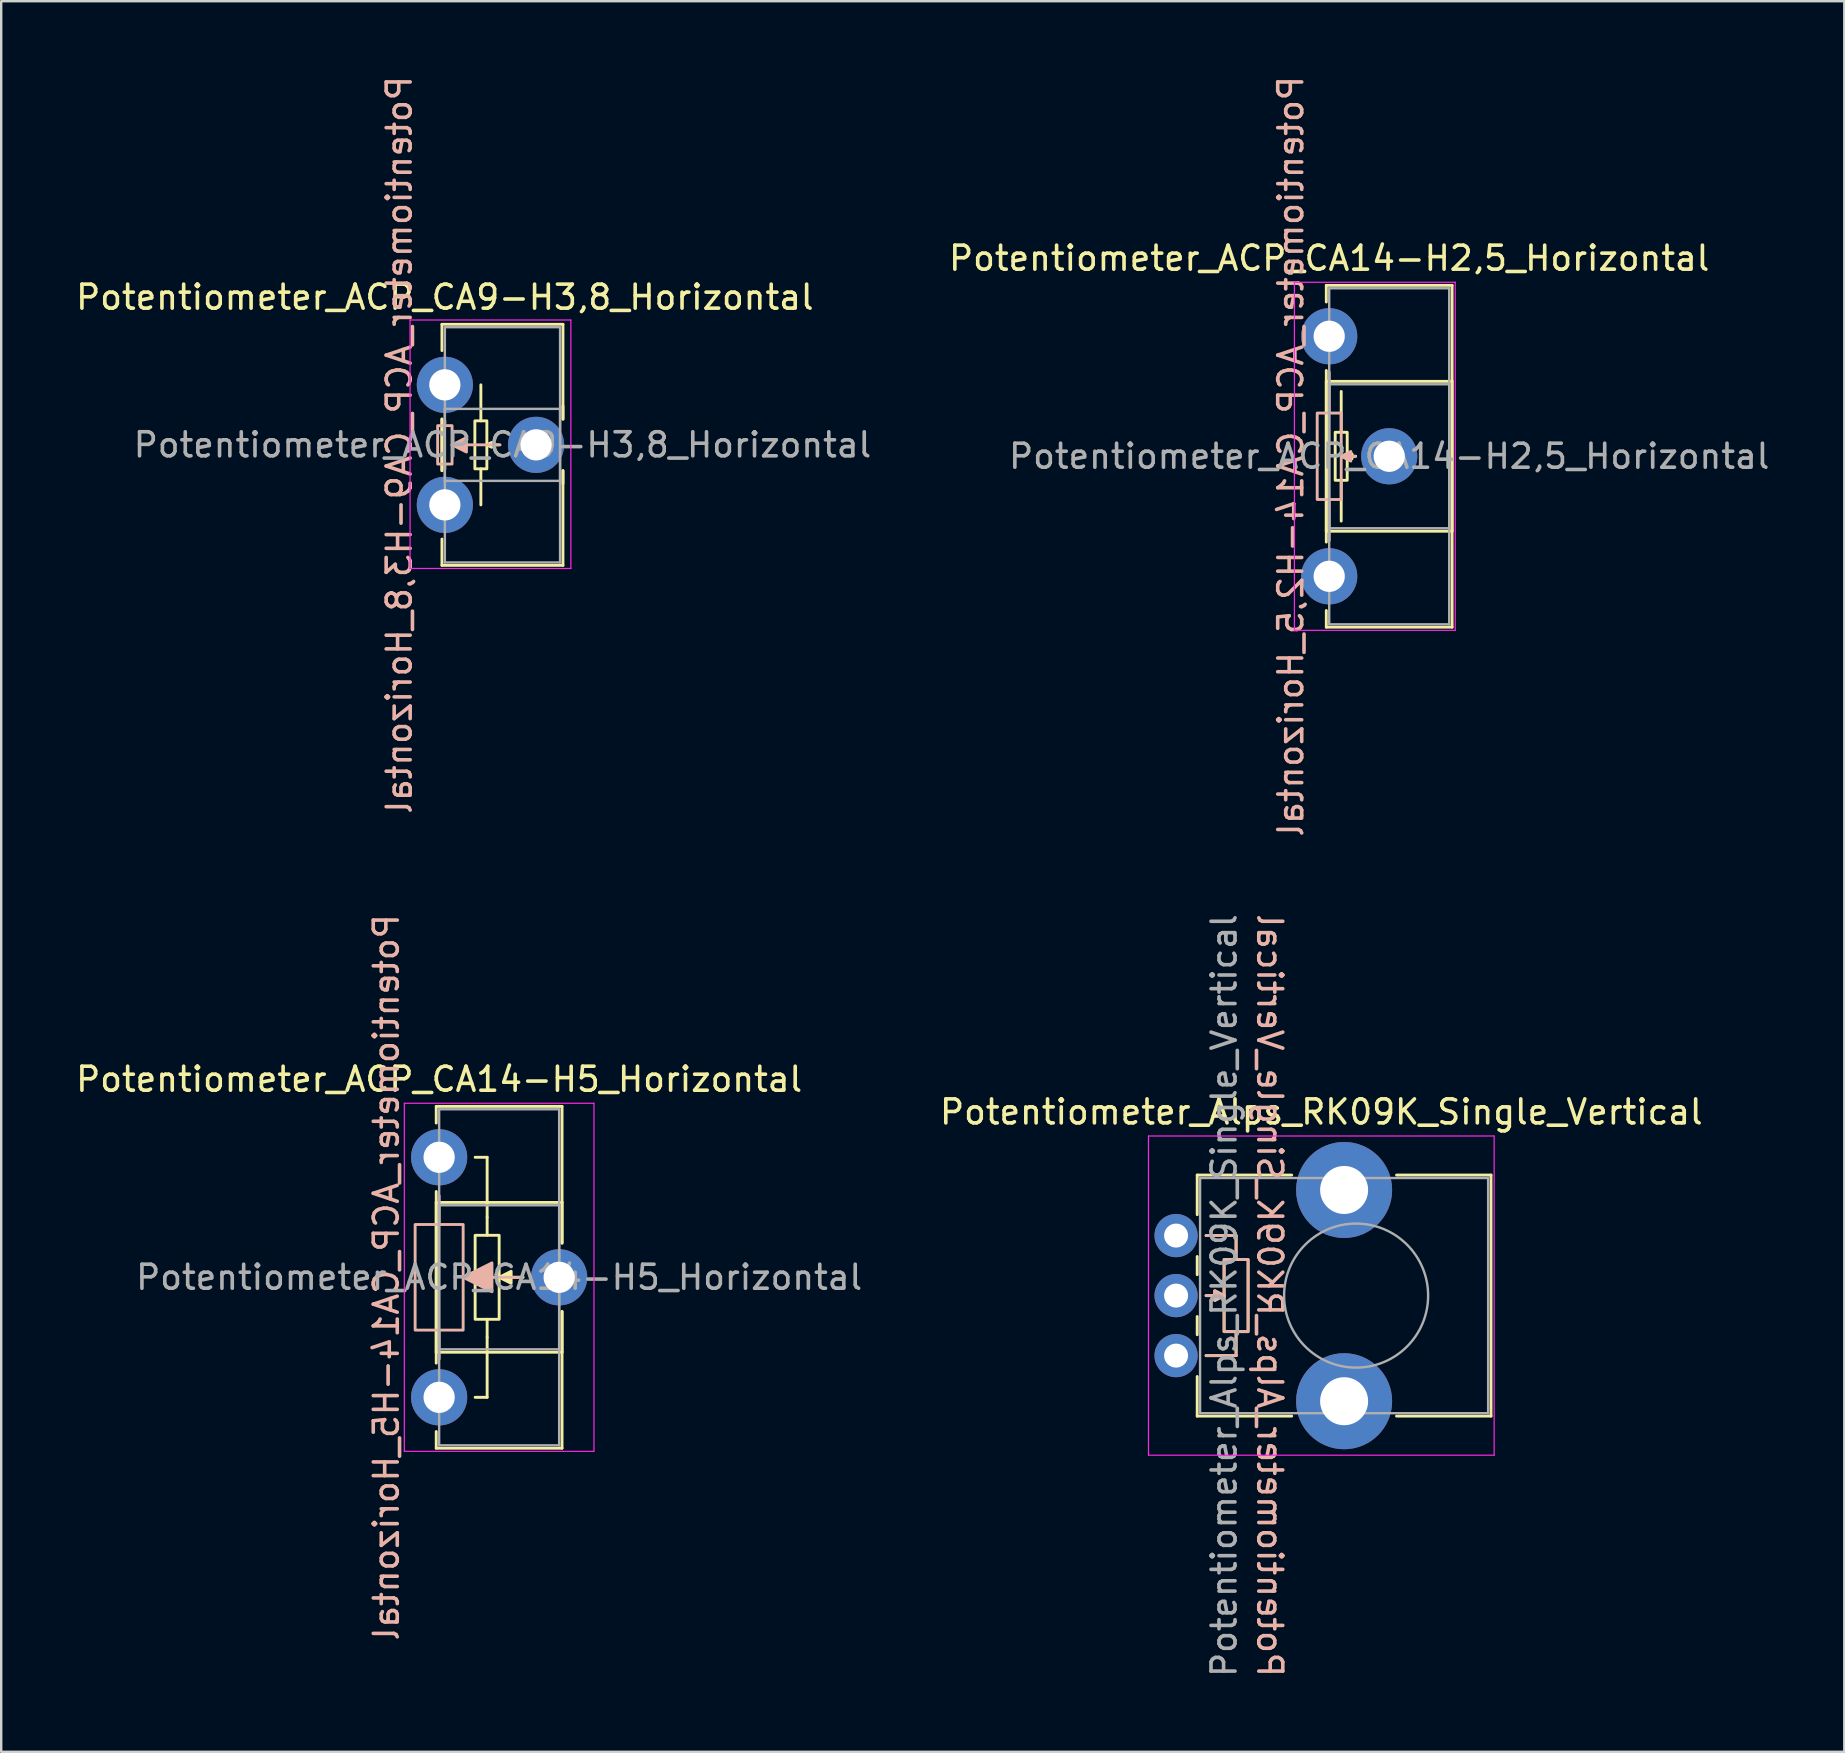
<source format=kicad_pcb>
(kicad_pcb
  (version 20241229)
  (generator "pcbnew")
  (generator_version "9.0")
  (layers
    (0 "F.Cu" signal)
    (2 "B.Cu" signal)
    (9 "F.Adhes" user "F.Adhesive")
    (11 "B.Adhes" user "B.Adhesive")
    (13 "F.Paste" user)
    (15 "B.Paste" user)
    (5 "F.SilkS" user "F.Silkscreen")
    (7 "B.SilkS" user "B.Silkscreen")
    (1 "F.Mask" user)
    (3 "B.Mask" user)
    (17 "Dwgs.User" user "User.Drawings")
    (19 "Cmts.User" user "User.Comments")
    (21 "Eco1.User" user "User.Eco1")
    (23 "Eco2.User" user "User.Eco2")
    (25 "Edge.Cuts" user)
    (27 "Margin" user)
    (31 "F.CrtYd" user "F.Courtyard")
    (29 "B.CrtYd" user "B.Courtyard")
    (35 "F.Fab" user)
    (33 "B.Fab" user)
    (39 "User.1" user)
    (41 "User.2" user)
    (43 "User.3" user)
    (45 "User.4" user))
  (footprint "Potentiometer_ACP_CA9-H3,8_Horizontal"
    (layer "F.Cu")
    (at 15.482 12.982)
    (property "Reference" "Potentiometer_ACP_CA9-H3,8_Horizontal" (at 0 -3.65 0) (layer "F.SilkS") (effects (font (size 1 1) (thickness 0.15))))
    (attr through_hole)
    (fp_line (start -0.121 -2.521) (end -0.121 -1.426) (stroke (width 0.12) (type solid)) (layer "F.SilkS"))
    (fp_line (start -0.121 -2.521) (end 4.92 -2.521) (stroke (width 0.12) (type solid)) (layer "F.SilkS"))
    (fp_line (start -0.121 1.426) (end -0.121 3.575) (stroke (width 0.12) (type solid)) (layer "F.SilkS"))
    (fp_line (start -0.121 1.426) (end -0.121 3.575) (stroke (width 0.12) (type solid)) (layer "F.SilkS"))
    (fp_line (start -0.121 6.425) (end -0.121 7.52) (stroke (width 0.12) (type solid)) (layer "F.SilkS"))
    (fp_line (start -0.121 7.52) (end 4.92 7.52) (stroke (width 0.12) (type solid)) (layer "F.SilkS"))
    (fp_line (start 1.5 1) (end 1.5 0) (stroke (width 0.12) (type solid)) (layer "F.SilkS"))
    (fp_line (start 1.5 1.5) (end 1.5 1) (stroke (width 0.12) (type solid)) (layer "F.SilkS"))
    (fp_line (start 1.5 3.5) (end 1.5 4) (stroke (width 0.12) (type solid)) (layer "F.SilkS"))
    (fp_line (start 1.5 4) (end 1.5 5) (stroke (width 0.12) (type solid)) (layer "F.SilkS"))
    (fp_line (start 2.25 2.5) (end 1.75 2.5) (stroke (width 0.12) (type solid)) (layer "F.SilkS"))
    (fp_line (start 4.92 -2.521) (end 4.92 1.428) (stroke (width 0.12) (type solid)) (layer "F.SilkS"))
    (fp_line (start 4.92 0.88) (end 4.92 1.428) (stroke (width 0.12) (type solid)) (layer "F.SilkS"))
    (fp_line (start 4.92 3.573) (end 4.92 4.12) (stroke (width 0.12) (type solid)) (layer "F.SilkS"))
    (fp_line (start 4.92 3.573) (end 4.92 7.52) (stroke (width 0.12) (type solid)) (layer "F.SilkS"))
    (fp_rect (start 1.25 1.5) (end 1.75 3.5) (stroke (width 0.12) (type solid)) (fill no) (layer "F.SilkS"))
    (fp_poly (pts (xy 1.95 2.6) (xy 1.75 2.5) (xy 1.95 2.4)) (stroke (width 0.12) (type solid)) (fill yes) (layer "F.SilkS"))
    (fp_line (start 0 1.7) (end 0 1.5) (stroke (width 0.12) (type solid)) (layer "B.SilkS"))
    (fp_line (start 0 3.3) (end 0 3.5) (stroke (width 0.12) (type solid)) (layer "B.SilkS"))
    (fp_line (start 2.3 2.5) (end 0.3 2.5) (stroke (width 0.12) (type solid)) (layer "B.SilkS"))
    (fp_rect (start -0.3 1.7) (end 0.3 3.3) (stroke (width 0.12) (type solid)) (fill no) (layer "B.SilkS"))
    (fp_poly (pts (xy 0.9 2.8) (xy 0.3 2.5) (xy 0.9 2.2)) (stroke (width 0.12) (type solid)) (fill yes) (layer "B.SilkS"))
    (fp_line (start -1.45 -2.7) (end -1.45 7.65) (stroke (width 0.05) (type solid)) (layer "F.CrtYd"))
    (fp_line (start -1.45 7.65) (end 5.25 7.65) (stroke (width 0.05) (type solid)) (layer "F.CrtYd"))
    (fp_line (start 5.25 -2.7) (end -1.45 -2.7) (stroke (width 0.05) (type solid)) (layer "F.CrtYd"))
    (fp_line (start 5.25 7.65) (end 5.25 -2.7) (stroke (width 0.05) (type solid)) (layer "F.CrtYd"))
    (fp_line (start 0 -2.4) (end 4.8 -2.4) (stroke (width 0.1) (type solid)) (layer "F.Fab"))
    (fp_line (start 0 1) (end 0 4) (stroke (width 0.1) (type solid)) (layer "F.Fab"))
    (fp_line (start 0 4) (end 4.8 4) (stroke (width 0.1) (type solid)) (layer "F.Fab"))
    (fp_line (start 0 7.4) (end 0 -2.4) (stroke (width 0.1) (type solid)) (layer "F.Fab"))
    (fp_line (start 4.8 -2.4) (end 4.8 7.4) (stroke (width 0.1) (type solid)) (layer "F.Fab"))
    (fp_line (start 4.8 1) (end 0 1) (stroke (width 0.1) (type solid)) (layer "F.Fab"))
    (fp_line (start 4.8 4) (end 4.8 1) (stroke (width 0.1) (type solid)) (layer "F.Fab"))
    (fp_line (start 4.8 7.4) (end 0 7.4) (stroke (width 0.1) (type solid)) (layer "F.Fab"))
    (fp_text user "${REFERENCE}" (at -1.9 2.5 90) (unlocked yes) (layer "B.SilkS") (effects (font (size 1 1) (thickness 0.15)) (justify mirror)))
    (fp_text user "${REFERENCE}" (at 2.4 2.5 0) (layer "F.Fab") (effects (font (size 1 1) (thickness 0.15))))
    (pad "1" thru_hole circle (at 0 0) (size 2.34 2.34) (drill 1.3) (layers "*.Cu" "*.Mask"))
    (pad "2" thru_hole circle (at 3.8 2.5) (size 2.34 2.34) (drill 1.3) (layers "*.Cu" "*.Mask"))
    (pad "3" thru_hole circle (at 0 5) (size 2.34 2.34) (drill 1.3) (layers "*.Cu" "*.Mask")))
  (footprint "Potentiometer_ACP_CA14-H5_Horizontal"
    (layer "F.Cu")
    (at 15.244 45.161)
    (property "Reference" "Potentiometer_ACP_CA14-H5_Horizontal" (at 0 -3.25 0) (layer "F.SilkS") (effects (font (size 1 1) (thickness 0.15))))
    (attr through_hole)
    (fp_line (start -0.121 -2.12) (end -0.121 -1.426) (stroke (width 0.12) (type solid)) (layer "F.SilkS"))
    (fp_line (start -0.121 -2.12) (end 5.12 -2.12) (stroke (width 0.12) (type solid)) (layer "F.SilkS"))
    (fp_line (start -0.121 1.426) (end -0.121 8.575) (stroke (width 0.12) (type solid)) (layer "F.SilkS"))
    (fp_line (start -0.121 1.88) (end -0.121 8.121) (stroke (width 0.12) (type solid)) (layer "F.SilkS"))
    (fp_line (start -0.121 1.88) (end 5.12 1.88) (stroke (width 0.12) (type solid)) (layer "F.SilkS"))
    (fp_line (start -0.121 8.121) (end 5.12 8.121) (stroke (width 0.12) (type solid)) (layer "F.SilkS"))
    (fp_line (start -0.121 11.425) (end -0.121 12.12) (stroke (width 0.12) (type solid)) (layer "F.SilkS"))
    (fp_line (start -0.121 12.12) (end 5.12 12.12) (stroke (width 0.12) (type solid)) (layer "F.SilkS"))
    (fp_line (start 2 0) (end 1.5 0) (stroke (width 0.12) (type solid)) (layer "F.SilkS"))
    (fp_line (start 2 2.5) (end 2 0) (stroke (width 0.12) (type solid)) (layer "F.SilkS"))
    (fp_line (start 2 3.25) (end 2 2.5) (stroke (width 0.12) (type solid)) (layer "F.SilkS"))
    (fp_line (start 2 6.75) (end 2 7.5) (stroke (width 0.12) (type solid)) (layer "F.SilkS"))
    (fp_line (start 2 7.5) (end 2 10) (stroke (width 0.12) (type solid)) (layer "F.SilkS"))
    (fp_line (start 2 10) (end 1.5 10) (stroke (width 0.12) (type solid)) (layer "F.SilkS"))
    (fp_line (start 3.5 5) (end 2.5 5) (stroke (width 0.12) (type solid)) (layer "F.SilkS"))
    (fp_line (start 5.12 -2.12) (end 5.12 3.575) (stroke (width 0.12) (type solid)) (layer "F.SilkS"))
    (fp_line (start 5.12 1.88) (end 5.12 3.575) (stroke (width 0.12) (type solid)) (layer "F.SilkS"))
    (fp_line (start 5.12 6.425) (end 5.12 8.121) (stroke (width 0.12) (type solid)) (layer "F.SilkS"))
    (fp_line (start 5.12 6.425) (end 5.12 12.12) (stroke (width 0.12) (type solid)) (layer "F.SilkS"))
    (fp_rect (start 1.5 3.25) (end 2.5 6.75) (stroke (width 0.12) (type solid)) (fill no) (layer "F.SilkS"))
    (fp_poly (pts (xy 3 5.25) (xy 2.5 5) (xy 3 4.75)) (stroke (width 0.12) (type solid)) (fill yes) (layer "F.SilkS"))
    (fp_line (start 0 2.8) (end 0 1.6) (stroke (width 0.12) (type solid)) (layer "B.SilkS"))
    (fp_line (start 0 7.2) (end 0 8.4) (stroke (width 0.12) (type solid)) (layer "B.SilkS"))
    (fp_line (start 3.4 5) (end 1 5) (stroke (width 0.12) (type solid)) (layer "B.SilkS"))
    (fp_rect (start -1 2.8) (end 1 7.2) (stroke (width 0.12) (type solid)) (fill no) (layer "B.SilkS"))
    (fp_poly (pts (xy 2.2 5.6) (xy 1 5) (xy 2.2 4.4)) (stroke (width 0.12) (type solid)) (fill yes) (layer "B.SilkS"))
    (fp_line (start -1.45 -2.25) (end -1.45 12.25) (stroke (width 0.05) (type solid)) (layer "F.CrtYd"))
    (fp_line (start -1.45 12.25) (end 6.45 12.25) (stroke (width 0.05) (type solid)) (layer "F.CrtYd"))
    (fp_line (start 6.45 -2.25) (end -1.45 -2.25) (stroke (width 0.05) (type solid)) (layer "F.CrtYd"))
    (fp_line (start 6.45 12.25) (end 6.45 -2.25) (stroke (width 0.05) (type solid)) (layer "F.CrtYd"))
    (fp_line (start 0 -2) (end 5 -2) (stroke (width 0.1) (type solid)) (layer "F.Fab"))
    (fp_line (start 0 2) (end 0 8) (stroke (width 0.1) (type solid)) (layer "F.Fab"))
    (fp_line (start 0 8) (end 5 8) (stroke (width 0.1) (type solid)) (layer "F.Fab"))
    (fp_line (start 0 12) (end 0 -2) (stroke (width 0.1) (type solid)) (layer "F.Fab"))
    (fp_line (start 5 -2) (end 5 12) (stroke (width 0.1) (type solid)) (layer "F.Fab"))
    (fp_line (start 5 2) (end 0 2) (stroke (width 0.1) (type solid)) (layer "F.Fab"))
    (fp_line (start 5 8) (end 5 2) (stroke (width 0.1) (type solid)) (layer "F.Fab"))
    (fp_line (start 5 12) (end 0 12) (stroke (width 0.1) (type solid)) (layer "F.Fab"))
    (fp_text user "${REFERENCE}" (at -2.2 5 90) (unlocked yes) (layer "B.SilkS") (effects (font (size 1 1) (thickness 0.15)) (justify mirror)))
    (fp_text user "${REFERENCE}" (at 2.5 5 0) (layer "F.Fab") (effects (font (size 1 1) (thickness 0.15))))
    (pad "1" thru_hole circle (at 0 0) (size 2.34 2.34) (drill 1.3) (layers "*.Cu" "*.Mask"))
    (pad "2" thru_hole circle (at 5 5) (size 2.34 2.34) (drill 1.3) (layers "*.Cu" "*.Mask"))
    (pad "3" thru_hole circle (at 0 10) (size 2.34 2.34) (drill 1.3) (layers "*.Cu" "*.Mask")))
  (footprint "Potentiometer_Alps_RK09K_Single_Vertical"
    (layer "F.Cu")
    (at 45.944 53.423)
    (property "Reference" "Potentiometer_Alps_RK09K_Single_Vertical" (at 6.05 -10.15 0) (layer "F.SilkS") (effects (font (size 1 1) (thickness 0.15))))
    (attr through_hole)
    (fp_line (start 0.88 -7.521) (end 0.88 -5.871) (stroke (width 0.12) (type solid)) (layer "F.SilkS"))
    (fp_line (start 0.88 -7.521) (end 4.817 -7.521) (stroke (width 0.12) (type solid)) (layer "F.SilkS"))
    (fp_line (start 0.88 -4.129) (end 0.88 -3.37) (stroke (width 0.12) (type solid)) (layer "F.SilkS"))
    (fp_line (start 0.88 -1.629) (end 0.88 -0.87) (stroke (width 0.12) (type solid)) (layer "F.SilkS"))
    (fp_line (start 0.88 0.87) (end 0.88 2.52) (stroke (width 0.12) (type solid)) (layer "F.SilkS"))
    (fp_line (start 0.88 2.52) (end 4.817 2.52) (stroke (width 0.12) (type solid)) (layer "F.SilkS"))
    (fp_line (start 2 -2.5) (end 1.25 -2.5) (stroke (width 0.12) (type solid)) (layer "F.SilkS"))
    (fp_line (start 2.5 -5) (end 1.25 -5) (stroke (width 0.12) (type solid)) (layer "F.SilkS"))
    (fp_line (start 2.5 -4) (end 2.5 -5) (stroke (width 0.12) (type solid)) (layer "F.SilkS"))
    (fp_line (start 2.5 -1) (end 2.5 0) (stroke (width 0.12) (type solid)) (layer "F.SilkS"))
    (fp_line (start 2.5 0) (end 1.25 0) (stroke (width 0.12) (type solid)) (layer "F.SilkS"))
    (fp_line (start 9.184 -7.521) (end 13.12 -7.521) (stroke (width 0.12) (type solid)) (layer "F.SilkS"))
    (fp_line (start 9.184 2.52) (end 13.12 2.52) (stroke (width 0.12) (type solid)) (layer "F.SilkS"))
    (fp_line (start 13.12 -7.521) (end 13.12 2.52) (stroke (width 0.12) (type solid)) (layer "F.SilkS"))
    (fp_rect (start 2 -4) (end 3 -1) (stroke (width 0.12) (type solid)) (fill no) (layer "F.SilkS"))
    (fp_poly (pts (xy 2 -2.5) (xy 1.625 -2.3) (xy 1.625 -2.7)) (stroke (width 0.12) (type solid)) (fill yes) (layer "F.SilkS"))
    (fp_line (start 1.25 -5) (end 2.5 -5) (stroke (width 0.12) (type solid)) (layer "B.SilkS"))
    (fp_line (start 1.25 -2.5) (end 2 -2.5) (stroke (width 0.12) (type solid)) (layer "B.SilkS"))
    (fp_line (start 1.25 0) (end 2.5 0) (stroke (width 0.12) (type solid)) (layer "B.SilkS"))
    (fp_line (start 2.5 -5) (end 2.5 -4) (stroke (width 0.12) (type solid)) (layer "B.SilkS"))
    (fp_line (start 2.5 0) (end 2.5 -1) (stroke (width 0.12) (type solid)) (layer "B.SilkS"))
    (fp_rect (start 2 -4) (end 3 -1) (stroke (width 0.12) (type solid)) (fill no) (layer "B.SilkS"))
    (fp_poly (pts (xy 2 -2.5) (xy 1.6 -2.3) (xy 1.6 -2.7)) (stroke (width 0.12) (type solid)) (fill yes) (layer "B.SilkS"))
    (fp_line (start -1.15 -9.15) (end -1.15 4.15) (stroke (width 0.05) (type solid)) (layer "F.CrtYd"))
    (fp_line (start -1.15 4.15) (end 13.25 4.15) (stroke (width 0.05) (type solid)) (layer "F.CrtYd"))
    (fp_line (start 13.25 -9.15) (end -1.15 -9.15) (stroke (width 0.05) (type solid)) (layer "F.CrtYd"))
    (fp_line (start 13.25 4.15) (end 13.25 -9.15) (stroke (width 0.05) (type solid)) (layer "F.CrtYd"))
    (fp_line (start 1 -7.4) (end 1 2.4) (stroke (width 0.1) (type solid)) (layer "F.Fab"))
    (fp_line (start 1 2.4) (end 13 2.4) (stroke (width 0.1) (type solid)) (layer "F.Fab"))
    (fp_line (start 13 -7.4) (end 1 -7.4) (stroke (width 0.1) (type solid)) (layer "F.Fab"))
    (fp_line (start 13 2.4) (end 13 -7.4) (stroke (width 0.1) (type solid)) (layer "F.Fab"))
    (fp_circle (center 7.5 -2.5) (end 10.5 -2.5) (stroke (width 0.1) (type solid)) (fill no) (layer "F.Fab"))
    (fp_text user "${REFERENCE}" (at 3.9 -2.5 270) (unlocked yes) (layer "B.SilkS") (effects (font (size 1 1) (thickness 0.15)) (justify mirror)))
    (fp_text user "${REFERENCE}" (at 2 -2.5 90) (layer "F.Fab") (effects (font (size 1 1) (thickness 0.15))))
    (pad "" np_thru_hole circle (at 7 -6.9) (size 4 4) (drill 2) (layers "*.Cu" "*.Mask"))
    (pad "" np_thru_hole circle (at 7 1.9) (size 4 4) (drill 2) (layers "*.Cu" "*.Mask"))
    (pad "1" thru_hole circle (at 0 0) (size 1.8 1.8) (drill 1) (layers "*.Cu" "*.Mask"))
    (pad "2" thru_hole circle (at 0 -2.5) (size 1.8 1.8) (drill 1) (layers "*.Cu" "*.Mask"))
    (pad "3" thru_hole circle (at 0 -5) (size 1.8 1.8) (drill 1) (layers "*.Cu" "*.Mask")))
  (footprint "Potentiometer_ACP_CA14-H2,5_Horizontal"
    (layer "F.Cu")
    (at 52.323 10.958)
    (property "Reference" "Potentiometer_ACP_CA14-H2,5_Horizontal" (at 0 -3.25 0) (layer "F.SilkS") (effects (font (size 1 1) (thickness 0.15))))
    (attr through_hole)
    (fp_line (start -0.121 -2.12) (end -0.121 -1.426) (stroke (width 0.12) (type solid)) (layer "F.SilkS"))
    (fp_line (start -0.121 -2.12) (end 5.12 -2.12) (stroke (width 0.12) (type solid)) (layer "F.SilkS"))
    (fp_line (start -0.121 1.426) (end -0.121 8.575) (stroke (width 0.12) (type solid)) (layer "F.SilkS"))
    (fp_line (start -0.121 1.88) (end -0.121 8.121) (stroke (width 0.12) (type solid)) (layer "F.SilkS"))
    (fp_line (start -0.121 1.88) (end 5.12 1.88) (stroke (width 0.12) (type solid)) (layer "F.SilkS"))
    (fp_line (start -0.121 8.121) (end 5.12 8.121) (stroke (width 0.12) (type solid)) (layer "F.SilkS"))
    (fp_line (start -0.121 11.425) (end -0.121 12.12) (stroke (width 0.12) (type solid)) (layer "F.SilkS"))
    (fp_line (start -0.121 12.12) (end 5.12 12.12) (stroke (width 0.12) (type solid)) (layer "F.SilkS"))
    (fp_line (start 0.5 4) (end 0.5 2.3) (stroke (width 0.12) (type solid)) (layer "F.SilkS"))
    (fp_line (start 0.5 6) (end 0.5 7.7) (stroke (width 0.12) (type solid)) (layer "F.SilkS"))
    (fp_line (start 1.1 5) (end 0.75 5) (stroke (width 0.12) (type solid)) (layer "F.SilkS"))
    (fp_line (start 5.12 -2.12) (end 5.12 12.12) (stroke (width 0.12) (type solid)) (layer "F.SilkS"))
    (fp_line (start 5.12 1.88) (end 5.12 8.121) (stroke (width 0.12) (type solid)) (layer "F.SilkS"))
    (fp_rect (start 0.25 4) (end 0.75 6) (stroke (width 0.12) (type solid)) (fill no) (layer "F.SilkS"))
    (fp_poly (pts (xy 0.95 5.1) (xy 0.75 5) (xy 0.95 4.9)) (stroke (width 0.12) (type solid)) (fill yes) (layer "F.SilkS"))
    (fp_line (start 0 3.2) (end 0 1.5) (stroke (width 0.12) (type solid)) (layer "B.SilkS"))
    (fp_line (start 0 6.8) (end 0 8.5) (stroke (width 0.12) (type solid)) (layer "B.SilkS"))
    (fp_line (start 1.1 5) (end 0.5 5) (stroke (width 0.12) (type solid)) (layer "B.SilkS"))
    (fp_rect (start -0.5 3.2) (end 0.5 6.8) (stroke (width 0.12) (type solid)) (fill no) (layer "B.SilkS"))
    (fp_poly (pts (xy 0.9 5.2) (xy 0.5 5) (xy 0.9 4.8)) (stroke (width 0.12) (type solid)) (fill yes) (layer "B.SilkS"))
    (fp_line (start -1.45 -2.25) (end -1.45 12.25) (stroke (width 0.05) (type solid)) (layer "F.CrtYd"))
    (fp_line (start -1.45 12.25) (end 5.25 12.25) (stroke (width 0.05) (type solid)) (layer "F.CrtYd"))
    (fp_line (start 5.25 -2.25) (end -1.45 -2.25) (stroke (width 0.05) (type solid)) (layer "F.CrtYd"))
    (fp_line (start 5.25 12.25) (end 5.25 -2.25) (stroke (width 0.05) (type solid)) (layer "F.CrtYd"))
    (fp_line (start 0 -2) (end 5 -2) (stroke (width 0.1) (type solid)) (layer "F.Fab"))
    (fp_line (start 0 2) (end 0 8) (stroke (width 0.1) (type solid)) (layer "F.Fab"))
    (fp_line (start 0 8) (end 5 8) (stroke (width 0.1) (type solid)) (layer "F.Fab"))
    (fp_line (start 0 12) (end 0 -2) (stroke (width 0.1) (type solid)) (layer "F.Fab"))
    (fp_line (start 5 -2) (end 5 12) (stroke (width 0.1) (type solid)) (layer "F.Fab"))
    (fp_line (start 5 2) (end 0 2) (stroke (width 0.1) (type solid)) (layer "F.Fab"))
    (fp_line (start 5 8) (end 5 2) (stroke (width 0.1) (type solid)) (layer "F.Fab"))
    (fp_line (start 5 12) (end 0 12) (stroke (width 0.1) (type solid)) (layer "F.Fab"))
    (fp_text user "${REFERENCE}" (at -1.6 5 90) (unlocked yes) (layer "B.SilkS") (effects (font (size 1 1) (thickness 0.15)) (justify mirror)))
    (fp_text user "${REFERENCE}" (at 2.5 5 0) (layer "F.Fab") (effects (font (size 1 1) (thickness 0.15))))
    (pad "1" thru_hole circle (at 0 0) (size 2.34 2.34) (drill 1.3) (layers "*.Cu" "*.Mask"))
    (pad "2" thru_hole circle (at 2.5 5) (size 2.34 2.34) (drill 1.3) (layers "*.Cu" "*.Mask"))
    (pad "3" thru_hole circle (at 0 10) (size 2.34 2.34) (drill 1.3) (layers "*.Cu" "*.Mask")))
  (gr_rect
    (start -3 -3)
    (end 73.781 69.929)
    (stroke (width 0.1) (type default))
    (fill no)
    (layer "Edge.Cuts")))
</source>
